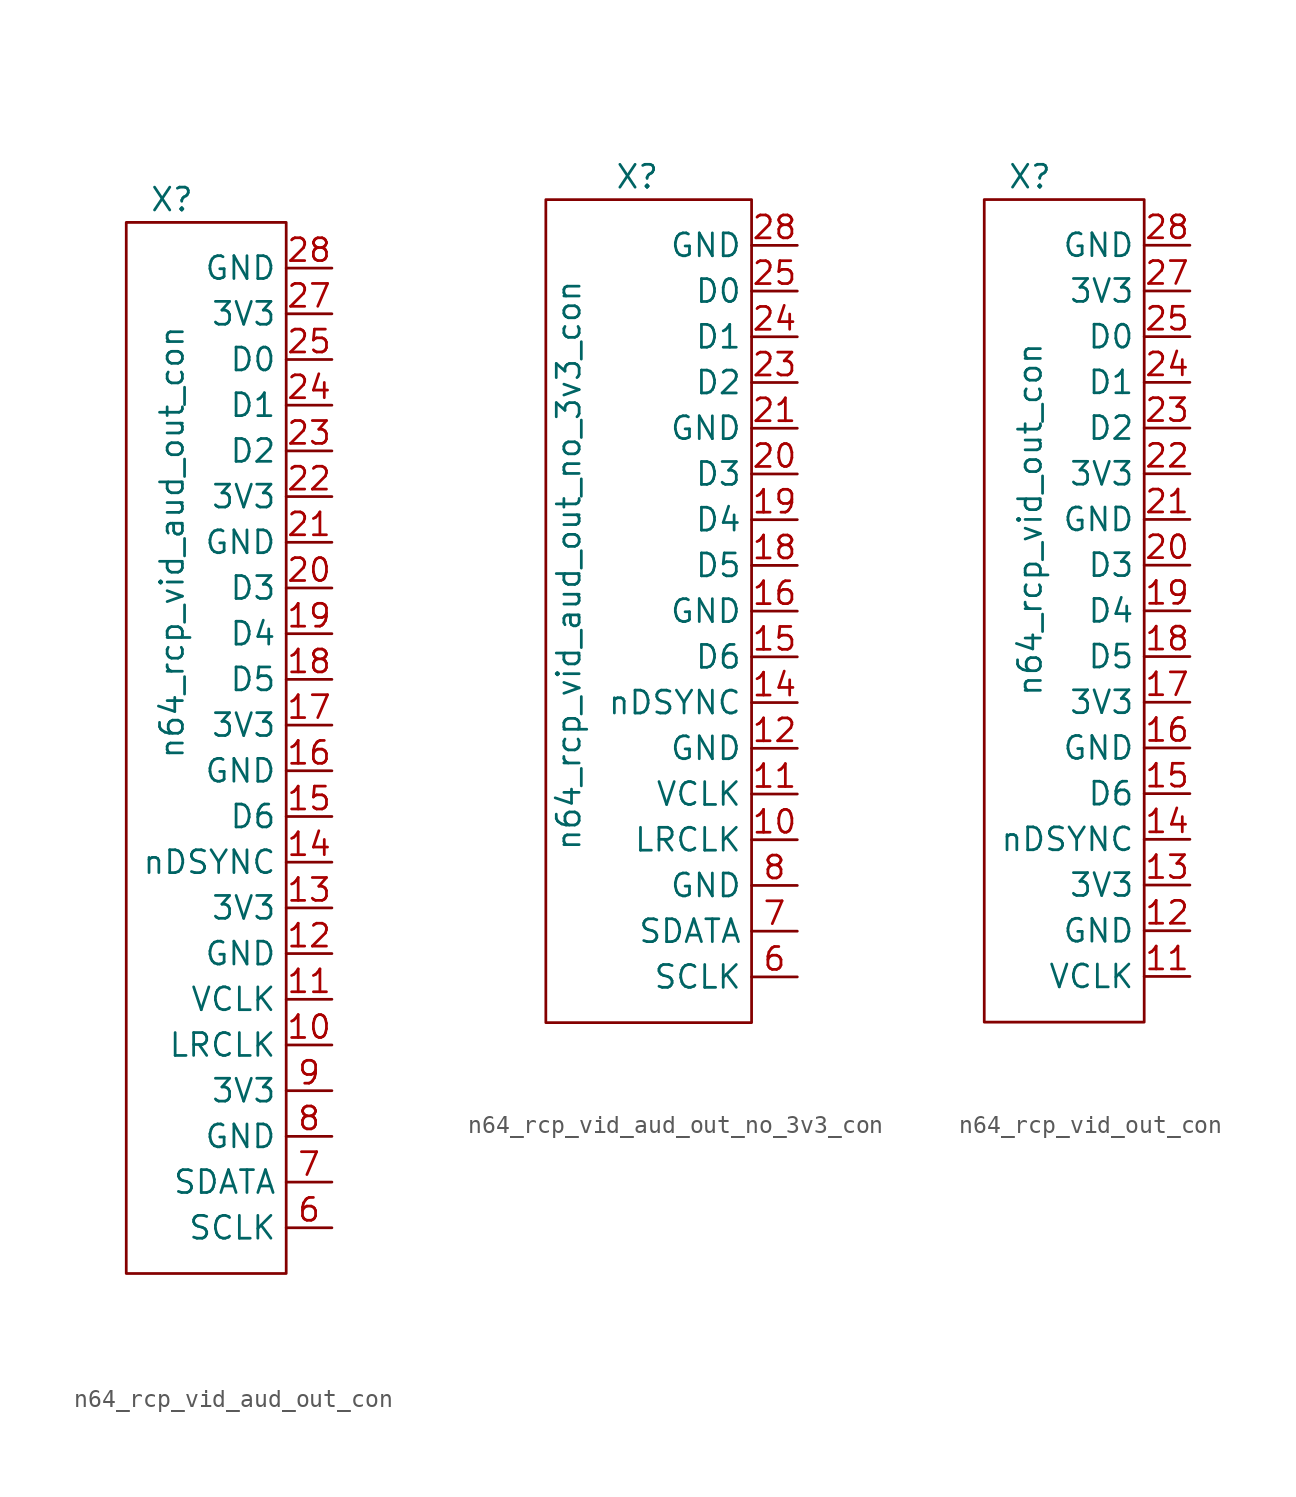
<source format=kicad_sym>
(kicad_symbol_lib
  (version 20241209)
  (generator "kicad_symbol_editor")
  (generator_version "9.0")
  (symbol "n64_rcp_vid_aud_out_con"
    (property "Reference" "X"
      (at -2.54 24.13 0)
      (effects (font (size 1.27 1.27))))
    (property "Value" "n64_rcp_vid_aud_out_con"
      (at -2.54 5.08 90)
      (effects (font (size 1.27 1.27))))
    (symbol "n64_rcp_vid_aud_out_con_0_1"
      (rectangle (start -5.08 22.86) (end 3.81 -35.56) (stroke (width 0) (type default)) (fill (type none))))
    (symbol "n64_rcp_vid_aud_out_con_1_1"
      (pin power_out line (at 6.35 20.32 180) (length 2.54) (name "GND" (effects (font (size 1.27 1.27)))) (number "28" (effects (font (size 1.27 1.27)))))
      (pin power_out line (at 6.35 17.78 180) (length 2.54) (name "3V3" (effects (font (size 1.27 1.27)))) (number "27" (effects (font (size 1.27 1.27)))))
      (pin output line (at 6.35 15.24 180) (length 2.54) (name "D0" (effects (font (size 1.27 1.27)))) (number "25" (effects (font (size 1.27 1.27)))))
      (pin output line (at 6.35 12.7 180) (length 2.54) (name "D1" (effects (font (size 1.27 1.27)))) (number "24" (effects (font (size 1.27 1.27)))))
      (pin output line (at 6.35 10.16 180) (length 2.54) (name "D2" (effects (font (size 1.27 1.27)))) (number "23" (effects (font (size 1.27 1.27)))))
      (pin power_out line (at 6.35 7.62 180) (length 2.54) (name "3V3" (effects (font (size 1.27 1.27)))) (number "22" (effects (font (size 1.27 1.27)))))
      (pin power_out line (at 6.35 5.08 180) (length 2.54) (name "GND" (effects (font (size 1.27 1.27)))) (number "21" (effects (font (size 1.27 1.27)))))
      (pin output line (at 6.35 2.54 180) (length 2.54) (name "D3" (effects (font (size 1.27 1.27)))) (number "20" (effects (font (size 1.27 1.27)))))
      (pin output line (at 6.35 0 180) (length 2.54) (name "D4" (effects (font (size 1.27 1.27)))) (number "19" (effects (font (size 1.27 1.27)))))
      (pin output line (at 6.35 -2.54 180) (length 2.54) (name "D5" (effects (font (size 1.27 1.27)))) (number "18" (effects (font (size 1.27 1.27)))))
      (pin power_out line (at 6.35 -5.08 180) (length 2.54) (name "3V3" (effects (font (size 1.27 1.27)))) (number "17" (effects (font (size 1.27 1.27)))))
      (pin power_out line (at 6.35 -7.62 180) (length 2.54) (name "GND" (effects (font (size 1.27 1.27)))) (number "16" (effects (font (size 1.27 1.27)))))
      (pin output line (at 6.35 -10.16 180) (length 2.54) (name "D6" (effects (font (size 1.27 1.27)))) (number "15" (effects (font (size 1.27 1.27)))))
      (pin output line (at 6.35 -12.7 180) (length 2.54) (name "nDSYNC" (effects (font (size 1.27 1.27)))) (number "14" (effects (font (size 1.27 1.27)))))
      (pin power_out line (at 6.35 -15.24 180) (length 2.54) (name "3V3" (effects (font (size 1.27 1.27)))) (number "13" (effects (font (size 1.27 1.27)))))
      (pin power_out line (at 6.35 -17.78 180) (length 2.54) (name "GND" (effects (font (size 1.27 1.27)))) (number "12" (effects (font (size 1.27 1.27)))))
      (pin output line (at 6.35 -20.32 180) (length 2.54) (name "VCLK" (effects (font (size 1.27 1.27)))) (number "11" (effects (font (size 1.27 1.27)))))
      (pin output line (at 6.35 -22.86 180) (length 2.54) (name "LRCLK" (effects (font (size 1.27 1.27)))) (number "10" (effects (font (size 1.27 1.27)))))
      (pin power_out line (at 6.35 -25.4 180) (length 2.54) (name "3V3" (effects (font (size 1.27 1.27)))) (number "9" (effects (font (size 1.27 1.27)))))
      (pin power_out line (at 6.35 -27.94 180) (length 2.54) (name "GND" (effects (font (size 1.27 1.27)))) (number "8" (effects (font (size 1.27 1.27)))))
      (pin output line (at 6.35 -30.48 180) (length 2.54) (name "SDATA" (effects (font (size 1.27 1.27)))) (number "7" (effects (font (size 1.27 1.27)))))
      (pin output line (at 6.35 -33.02 180) (length 2.54) (name "SCLK" (effects (font (size 1.27 1.27)))) (number "6" (effects (font (size 1.27 1.27)))))))
  (symbol "n64_rcp_vid_aud_out_no_3v3_con"
    (property "Reference" "X"
      (at -2.54 24.13 0)
      (effects (font (size 1.27 1.27))))
    (property "Value" "n64_rcp_vid_aud_out_no_3v3_con"
      (at -6.35 2.54 90)
      (effects (font (size 1.27 1.27))))
    (symbol "n64_rcp_vid_aud_out_no_3v3_con_0_1"
      (rectangle (start -7.62 22.86) (end 3.81 -22.86) (stroke (width 0) (type default)) (fill (type none))))
    (symbol "n64_rcp_vid_aud_out_no_3v3_con_1_1"
      (pin power_in line (at 6.35 20.32 180) (length 2.54) (name "GND" (effects (font (size 1.27 1.27)))) (number "28" (effects (font (size 1.27 1.27)))))
      (pin output line (at 6.35 17.78 180) (length 2.54) (name "D0" (effects (font (size 1.27 1.27)))) (number "25" (effects (font (size 1.27 1.27)))))
      (pin output line (at 6.35 15.24 180) (length 2.54) (name "D1" (effects (font (size 1.27 1.27)))) (number "24" (effects (font (size 1.27 1.27)))))
      (pin output line (at 6.35 12.7 180) (length 2.54) (name "D2" (effects (font (size 1.27 1.27)))) (number "23" (effects (font (size 1.27 1.27)))))
      (pin power_in line (at 6.35 10.16 180) (length 2.54) (name "GND" (effects (font (size 1.27 1.27)))) (number "21" (effects (font (size 1.27 1.27)))))
      (pin output line (at 6.35 7.62 180) (length 2.54) (name "D3" (effects (font (size 1.27 1.27)))) (number "20" (effects (font (size 1.27 1.27)))))
      (pin output line (at 6.35 5.08 180) (length 2.54) (name "D4" (effects (font (size 1.27 1.27)))) (number "19" (effects (font (size 1.27 1.27)))))
      (pin output line (at 6.35 2.54 180) (length 2.54) (name "D5" (effects (font (size 1.27 1.27)))) (number "18" (effects (font (size 1.27 1.27)))))
      (pin power_in line (at 6.35 0 180) (length 2.54) (name "GND" (effects (font (size 1.27 1.27)))) (number "16" (effects (font (size 1.27 1.27)))))
      (pin output line (at 6.35 -2.54 180) (length 2.54) (name "D6" (effects (font (size 1.27 1.27)))) (number "15" (effects (font (size 1.27 1.27)))))
      (pin output line (at 6.35 -5.08 180) (length 2.54) (name "nDSYNC" (effects (font (size 1.27 1.27)))) (number "14" (effects (font (size 1.27 1.27)))))
      (pin power_in line (at 6.35 -7.62 180) (length 2.54) (name "GND" (effects (font (size 1.27 1.27)))) (number "12" (effects (font (size 1.27 1.27)))))
      (pin output line (at 6.35 -10.16 180) (length 2.54) (name "VCLK" (effects (font (size 1.27 1.27)))) (number "11" (effects (font (size 1.27 1.27)))))
      (pin output line (at 6.35 -12.7 180) (length 2.54) (name "LRCLK" (effects (font (size 1.27 1.27)))) (number "10" (effects (font (size 1.27 1.27)))))
      (pin power_in line (at 6.35 -15.24 180) (length 2.54) (name "GND" (effects (font (size 1.27 1.27)))) (number "8" (effects (font (size 1.27 1.27)))))
      (pin output line (at 6.35 -17.78 180) (length 2.54) (name "SDATA" (effects (font (size 1.27 1.27)))) (number "7" (effects (font (size 1.27 1.27)))))
      (pin output line (at 6.35 -20.32 180) (length 2.54) (name "SCLK" (effects (font (size 1.27 1.27)))) (number "6" (effects (font (size 1.27 1.27)))))))
  (symbol "n64_rcp_vid_out_con"
    (property "Reference" "X"
      (at -2.54 24.13 0)
      (effects (font (size 1.27 1.27))))
    (property "Value" "n64_rcp_vid_out_con"
      (at -2.54 5.08 90)
      (effects (font (size 1.27 1.27))))
    (symbol "n64_rcp_vid_out_con_0_1"
      (rectangle (start 3.81 22.86) (end -5.08 -22.86) (stroke (width 0) (type default)) (fill (type none))))
    (symbol "n64_rcp_vid_out_con_1_1"
      (pin power_out line (at 6.35 20.32 180) (length 2.54) (name "GND" (effects (font (size 1.27 1.27)))) (number "28" (effects (font (size 1.27 1.27)))))
      (pin power_out line (at 6.35 17.78 180) (length 2.54) (name "3V3" (effects (font (size 1.27 1.27)))) (number "27" (effects (font (size 1.27 1.27)))))
      (pin output line (at 6.35 15.24 180) (length 2.54) (name "D0" (effects (font (size 1.27 1.27)))) (number "25" (effects (font (size 1.27 1.27)))))
      (pin output line (at 6.35 12.7 180) (length 2.54) (name "D1" (effects (font (size 1.27 1.27)))) (number "24" (effects (font (size 1.27 1.27)))))
      (pin output line (at 6.35 10.16 180) (length 2.54) (name "D2" (effects (font (size 1.27 1.27)))) (number "23" (effects (font (size 1.27 1.27)))))
      (pin power_out line (at 6.35 7.62 180) (length 2.54) (name "3V3" (effects (font (size 1.27 1.27)))) (number "22" (effects (font (size 1.27 1.27)))))
      (pin power_out line (at 6.35 5.08 180) (length 2.54) (name "GND" (effects (font (size 1.27 1.27)))) (number "21" (effects (font (size 1.27 1.27)))))
      (pin output line (at 6.35 2.54 180) (length 2.54) (name "D3" (effects (font (size 1.27 1.27)))) (number "20" (effects (font (size 1.27 1.27)))))
      (pin output line (at 6.35 0 180) (length 2.54) (name "D4" (effects (font (size 1.27 1.27)))) (number "19" (effects (font (size 1.27 1.27)))))
      (pin output line (at 6.35 -2.54 180) (length 2.54) (name "D5" (effects (font (size 1.27 1.27)))) (number "18" (effects (font (size 1.27 1.27)))))
      (pin power_out line (at 6.35 -5.08 180) (length 2.54) (name "3V3" (effects (font (size 1.27 1.27)))) (number "17" (effects (font (size 1.27 1.27)))))
      (pin power_out line (at 6.35 -7.62 180) (length 2.54) (name "GND" (effects (font (size 1.27 1.27)))) (number "16" (effects (font (size 1.27 1.27)))))
      (pin output line (at 6.35 -10.16 180) (length 2.54) (name "D6" (effects (font (size 1.27 1.27)))) (number "15" (effects (font (size 1.27 1.27)))))
      (pin output line (at 6.35 -12.7 180) (length 2.54) (name "nDSYNC" (effects (font (size 1.27 1.27)))) (number "14" (effects (font (size 1.27 1.27)))))
      (pin power_out line (at 6.35 -15.24 180) (length 2.54) (name "3V3" (effects (font (size 1.27 1.27)))) (number "13" (effects (font (size 1.27 1.27)))))
      (pin power_out line (at 6.35 -17.78 180) (length 2.54) (name "GND" (effects (font (size 1.27 1.27)))) (number "12" (effects (font (size 1.27 1.27)))))
      (pin output line (at 6.35 -20.32 180) (length 2.54) (name "VCLK" (effects (font (size 1.27 1.27)))) (number "11" (effects (font (size 1.27 1.27))))))))
</source>
